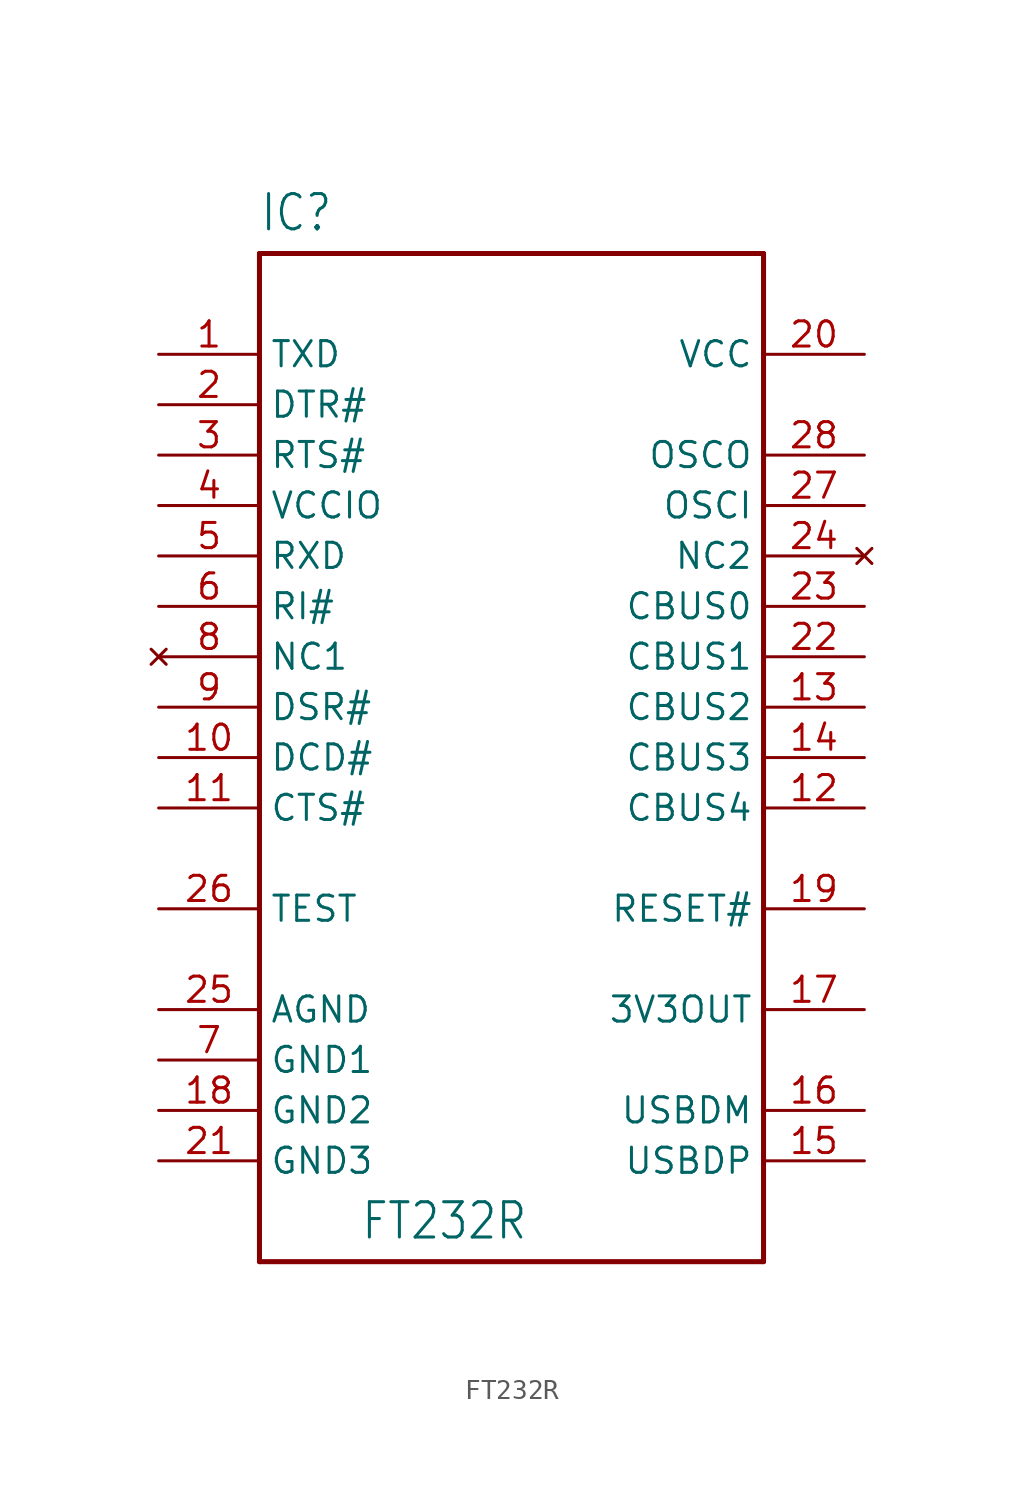
<source format=kicad_sym>
(kicad_symbol_lib
  (version 20211014)
  (generator kicad_symbol_editor)
  (symbol "FT232R"
    (property "Reference" "IC"
      (at -12.7 26.416 0)
      (effects (font (size 1.778 1.511)) (justify left bottom)))
    (property "Value" "FT232R"
      (at -7.62 -24.384 0)
      (effects (font (size 1.778 1.511)) (justify left bottom)))
    (symbol "FT232R_1_0"
      (polyline (pts (xy -12.7 -25.4) (xy 12.7 -25.4)) (stroke (width 0.254) (type default) (color 0 0 0 0)) (fill (type none)))
      (polyline (pts (xy -12.7 25.4) (xy -12.7 -25.4)) (stroke (width 0.254) (type default) (color 0 0 0 0)) (fill (type none)))
      (polyline (pts (xy 12.7 -25.4) (xy 12.7 25.4)) (stroke (width 0.254) (type default) (color 0 0 0 0)) (fill (type none)))
      (polyline (pts (xy 12.7 25.4) (xy -12.7 25.4)) (stroke (width 0.254) (type default) (color 0 0 0 0)) (fill (type none)))
      (pin output line (at -17.78 20.32 0) (length 5.08) (name "TXD" (effects (font (size 1.27 1.27)))) (number "1" (effects (font (size 1.27 1.27)))))
      (pin bidirectional line (at -17.78 0 0) (length 5.08) (name "DCD#" (effects (font (size 1.27 1.27)))) (number "10" (effects (font (size 1.27 1.27)))))
      (pin bidirectional line (at -17.78 -2.54 0) (length 5.08) (name "CTS#" (effects (font (size 1.27 1.27)))) (number "11" (effects (font (size 1.27 1.27)))))
      (pin bidirectional line (at 17.78 -2.54 180) (length 5.08) (name "CBUS4" (effects (font (size 1.27 1.27)))) (number "12" (effects (font (size 1.27 1.27)))))
      (pin bidirectional line (at 17.78 2.54 180) (length 5.08) (name "CBUS2" (effects (font (size 1.27 1.27)))) (number "13" (effects (font (size 1.27 1.27)))))
      (pin bidirectional line (at 17.78 0 180) (length 5.08) (name "CBUS3" (effects (font (size 1.27 1.27)))) (number "14" (effects (font (size 1.27 1.27)))))
      (pin bidirectional line (at 17.78 -20.32 180) (length 5.08) (name "USBDP" (effects (font (size 1.27 1.27)))) (number "15" (effects (font (size 1.27 1.27)))))
      (pin bidirectional line (at 17.78 -17.78 180) (length 5.08) (name "USBDM" (effects (font (size 1.27 1.27)))) (number "16" (effects (font (size 1.27 1.27)))))
      (pin power_out line (at 17.78 -12.7 180) (length 5.08) (name "3V3OUT" (effects (font (size 1.27 1.27)))) (number "17" (effects (font (size 1.27 1.27)))))
      (pin power_in line (at -17.78 -17.78 0) (length 5.08) (name "GND2" (effects (font (size 1.27 1.27)))) (number "18" (effects (font (size 1.27 1.27)))))
      (pin bidirectional line (at 17.78 -7.62 180) (length 5.08) (name "RESET#" (effects (font (size 1.27 1.27)))) (number "19" (effects (font (size 1.27 1.27)))))
      (pin output line (at -17.78 17.78 0) (length 5.08) (name "DTR#" (effects (font (size 1.27 1.27)))) (number "2" (effects (font (size 1.27 1.27)))))
      (pin power_in line (at 17.78 20.32 180) (length 5.08) (name "VCC" (effects (font (size 1.27 1.27)))) (number "20" (effects (font (size 1.27 1.27)))))
      (pin power_in line (at -17.78 -20.32 0) (length 5.08) (name "GND3" (effects (font (size 1.27 1.27)))) (number "21" (effects (font (size 1.27 1.27)))))
      (pin bidirectional line (at 17.78 5.08 180) (length 5.08) (name "CBUS1" (effects (font (size 1.27 1.27)))) (number "22" (effects (font (size 1.27 1.27)))))
      (pin bidirectional line (at 17.78 7.62 180) (length 5.08) (name "CBUS0" (effects (font (size 1.27 1.27)))) (number "23" (effects (font (size 1.27 1.27)))))
      (pin no_connect line (at 17.78 10.16 180) (length 5.08) (name "NC2" (effects (font (size 1.27 1.27)))) (number "24" (effects (font (size 1.27 1.27)))))
      (pin power_in line (at -17.78 -12.7 0) (length 5.08) (name "AGND" (effects (font (size 1.27 1.27)))) (number "25" (effects (font (size 1.27 1.27)))))
      (pin input line (at -17.78 -7.62 0) (length 5.08) (name "TEST" (effects (font (size 1.27 1.27)))) (number "26" (effects (font (size 1.27 1.27)))))
      (pin bidirectional line (at 17.78 12.7 180) (length 5.08) (name "OSCI" (effects (font (size 1.27 1.27)))) (number "27" (effects (font (size 1.27 1.27)))))
      (pin output line (at 17.78 15.24 180) (length 5.08) (name "OSCO" (effects (font (size 1.27 1.27)))) (number "28" (effects (font (size 1.27 1.27)))))
      (pin output line (at -17.78 15.24 0) (length 5.08) (name "RTS#" (effects (font (size 1.27 1.27)))) (number "3" (effects (font (size 1.27 1.27)))))
      (pin power_in line (at -17.78 12.7 0) (length 5.08) (name "VCCIO" (effects (font (size 1.27 1.27)))) (number "4" (effects (font (size 1.27 1.27)))))
      (pin input line (at -17.78 10.16 0) (length 5.08) (name "RXD" (effects (font (size 1.27 1.27)))) (number "5" (effects (font (size 1.27 1.27)))))
      (pin bidirectional line (at -17.78 7.62 0) (length 5.08) (name "RI#" (effects (font (size 1.27 1.27)))) (number "6" (effects (font (size 1.27 1.27)))))
      (pin power_in line (at -17.78 -15.24 0) (length 5.08) (name "GND1" (effects (font (size 1.27 1.27)))) (number "7" (effects (font (size 1.27 1.27)))))
      (pin no_connect line (at -17.78 5.08 0) (length 5.08) (name "NC1" (effects (font (size 1.27 1.27)))) (number "8" (effects (font (size 1.27 1.27)))))
      (pin bidirectional line (at -17.78 2.54 0) (length 5.08) (name "DSR#" (effects (font (size 1.27 1.27)))) (number "9" (effects (font (size 1.27 1.27))))))))
</source>
